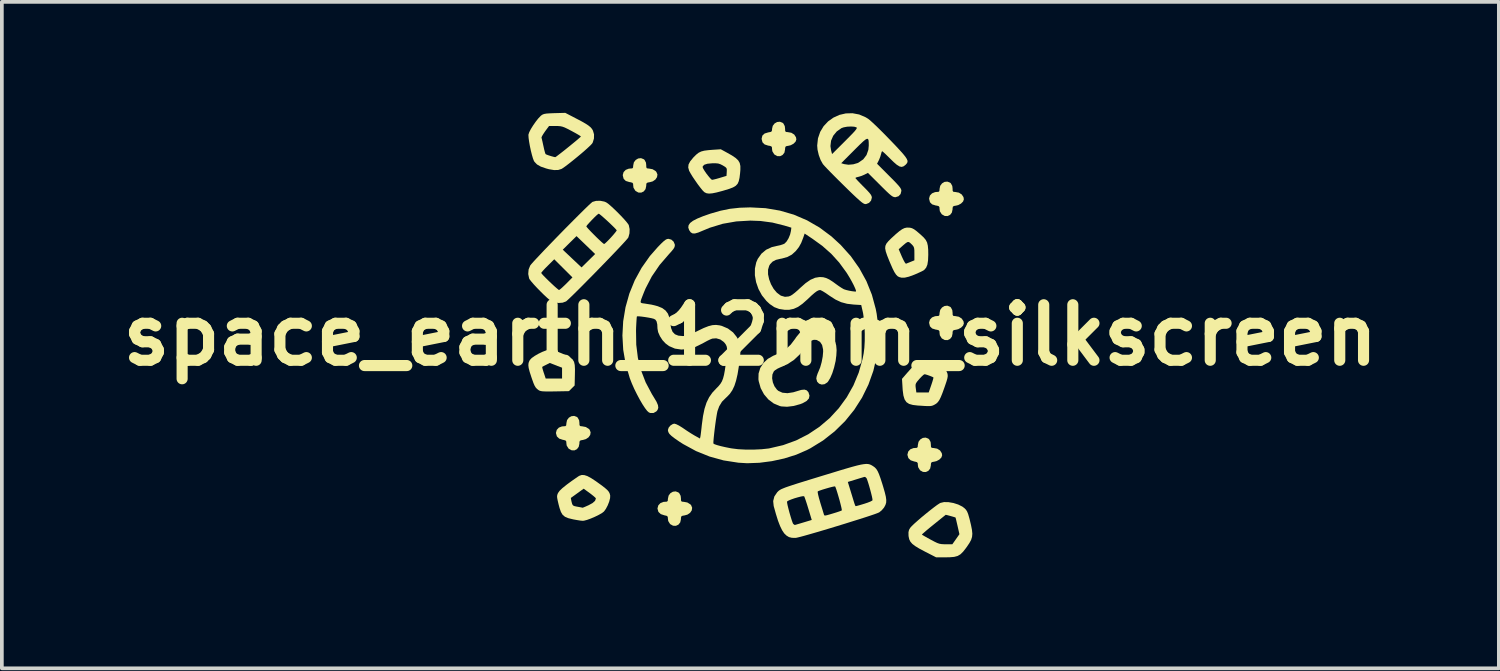
<source format=kicad_pcb>
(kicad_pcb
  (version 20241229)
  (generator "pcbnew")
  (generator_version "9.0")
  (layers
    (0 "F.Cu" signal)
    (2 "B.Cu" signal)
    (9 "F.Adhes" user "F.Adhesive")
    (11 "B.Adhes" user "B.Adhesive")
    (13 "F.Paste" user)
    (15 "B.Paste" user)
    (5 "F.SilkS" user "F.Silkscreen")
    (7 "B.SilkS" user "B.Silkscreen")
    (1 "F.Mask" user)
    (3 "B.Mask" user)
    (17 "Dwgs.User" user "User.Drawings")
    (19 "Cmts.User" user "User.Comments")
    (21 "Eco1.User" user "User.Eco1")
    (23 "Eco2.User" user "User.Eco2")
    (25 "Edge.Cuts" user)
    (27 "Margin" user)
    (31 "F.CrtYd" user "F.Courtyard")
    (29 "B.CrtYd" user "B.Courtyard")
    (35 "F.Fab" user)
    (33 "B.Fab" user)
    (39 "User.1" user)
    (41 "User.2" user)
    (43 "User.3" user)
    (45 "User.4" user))
  (footprint "space_earth_12mm_silkscreen"
    (layer "F.Cu")
    (at 17.229 6.008)
    (property "Reference" "space_earth_12mm_silkscreen" (at 0 0 0) (layer "F.SilkS") (effects (font (size 1.5 1.5) (thickness 0.3))))
    (attr board_only exclude_from_pos_files exclude_from_bom)
    (fp_poly (pts (xy -4.69 2.209) (xy -4.667 2.228) (xy -4.628 2.3) (xy -4.62 2.369) (xy -4.618 2.429) (xy -4.602 2.456) (xy -4.565 2.462) (xy -4.548 2.463) (xy -4.447 2.482) (xy -4.365 2.533) (xy -4.345 2.554) (xy -4.317 2.624) (xy -4.328 2.696) (xy -4.373 2.761) (xy -4.445 2.809) (xy -4.521 2.831) (xy -4.583 2.842) (xy -4.612 2.86) (xy -4.62 2.9) (xy -4.62 2.931) (xy -4.639 3.018) (xy -4.687 3.081) (xy -4.755 3.114) (xy -4.832 3.111) (xy -4.906 3.07) (xy -4.915 3.062) (xy -4.964 2.983) (xy -4.972 2.924) (xy -4.976 2.872) (xy -4.996 2.846) (xy -5.046 2.832) (xy -5.066 2.829) (xy -5.166 2.796) (xy -5.229 2.736) (xy -5.253 2.65) (xy -5.254 2.64) (xy -5.232 2.559) (xy -5.175 2.498) (xy -5.091 2.466) (xy -5.051 2.463) (xy -4.998 2.459) (xy -4.977 2.438) (xy -4.972 2.386) (xy -4.972 2.379) (xy -4.954 2.295) (xy -4.905 2.23) (xy -4.838 2.191) (xy -4.762 2.182)) (stroke (width 0) (type solid)) (fill yes) (layer "F.SilkS"))
    (fp_poly (pts (xy -2.884 -4.756) (xy -2.861 -4.738) (xy -2.822 -4.665) (xy -2.814 -4.597) (xy -2.812 -4.537) (xy -2.797 -4.51) (xy -2.759 -4.503) (xy -2.743 -4.503) (xy -2.641 -4.484) (xy -2.559 -4.433) (xy -2.54 -4.411) (xy -2.511 -4.342) (xy -2.523 -4.27) (xy -2.567 -4.205) (xy -2.639 -4.156) (xy -2.715 -4.135) (xy -2.777 -4.124) (xy -2.806 -4.105) (xy -2.814 -4.065) (xy -2.814 -4.035) (xy -2.833 -3.947) (xy -2.881 -3.885) (xy -2.949 -3.852) (xy -3.026 -3.854) (xy -3.1 -3.896) (xy -3.109 -3.904) (xy -3.158 -3.983) (xy -3.166 -4.042) (xy -3.169 -4.092) (xy -3.187 -4.118) (xy -3.232 -4.132) (xy -3.271 -4.138) (xy -3.367 -4.168) (xy -3.425 -4.226) (xy -3.447 -4.313) (xy -3.448 -4.331) (xy -3.426 -4.407) (xy -3.369 -4.467) (xy -3.287 -4.499) (xy -3.245 -4.503) (xy -3.192 -4.507) (xy -3.171 -4.528) (xy -3.166 -4.58) (xy -3.166 -4.586) (xy -3.148 -4.671) (xy -3.099 -4.735) (xy -3.032 -4.775) (xy -2.956 -4.784)) (stroke (width 0) (type solid)) (fill yes) (layer "F.SilkS"))
    (fp_poly (pts (xy -1.946 4.25) (xy -1.923 4.269) (xy -1.884 4.341) (xy -1.876 4.409) (xy -1.874 4.469) (xy -1.858 4.496) (xy -1.821 4.503) (xy -1.804 4.503) (xy -1.703 4.522) (xy -1.621 4.573) (xy -1.601 4.595) (xy -1.573 4.664) (xy -1.584 4.736) (xy -1.629 4.801) (xy -1.701 4.85) (xy -1.777 4.871) (xy -1.839 4.882) (xy -1.868 4.901) (xy -1.876 4.941) (xy -1.876 4.974) (xy -1.895 5.059) (xy -1.944 5.121) (xy -2.013 5.153) (xy -2.089 5.15) (xy -2.163 5.109) (xy -2.171 5.102) (xy -2.22 5.023) (xy -2.228 4.964) (xy -2.232 4.913) (xy -2.252 4.886) (xy -2.302 4.873) (xy -2.322 4.869) (xy -2.422 4.836) (xy -2.485 4.776) (xy -2.509 4.691) (xy -2.51 4.681) (xy -2.488 4.6) (xy -2.431 4.539) (xy -2.347 4.506) (xy -2.307 4.503) (xy -2.254 4.499) (xy -2.233 4.478) (xy -2.228 4.426) (xy -2.228 4.42) (xy -2.209 4.335) (xy -2.161 4.271) (xy -2.093 4.231) (xy -2.018 4.222)) (stroke (width 0) (type solid)) (fill yes) (layer "F.SilkS"))
    (fp_poly (pts (xy 0.87 -5.74) (xy 0.891 -5.723) (xy 0.93 -5.65) (xy 0.938 -5.582) (xy 0.941 -5.522) (xy 0.956 -5.495) (xy 0.993 -5.488) (xy 1.007 -5.488) (xy 1.108 -5.47) (xy 1.186 -5.421) (xy 1.233 -5.348) (xy 1.243 -5.289) (xy 1.222 -5.23) (xy 1.168 -5.175) (xy 1.093 -5.134) (xy 1.038 -5.12) (xy 0.975 -5.109) (xy 0.947 -5.09) (xy 0.939 -5.05) (xy 0.938 -5.02) (xy 0.92 -4.932) (xy 0.871 -4.87) (xy 0.803 -4.837) (xy 0.727 -4.839) (xy 0.652 -4.881) (xy 0.644 -4.889) (xy 0.595 -4.968) (xy 0.586 -5.027) (xy 0.583 -5.077) (xy 0.566 -5.103) (xy 0.521 -5.117) (xy 0.481 -5.123) (xy 0.386 -5.154) (xy 0.328 -5.211) (xy 0.305 -5.298) (xy 0.305 -5.314) (xy 0.325 -5.394) (xy 0.385 -5.45) (xy 0.483 -5.48) (xy 0.491 -5.481) (xy 0.552 -5.493) (xy 0.579 -5.513) (xy 0.586 -5.554) (xy 0.586 -5.574) (xy 0.605 -5.657) (xy 0.654 -5.721) (xy 0.722 -5.76) (xy 0.798 -5.768)) (stroke (width 0) (type solid)) (fill yes) (layer "F.SilkS"))
    (fp_poly (pts (xy 4.809 2.796) (xy 4.831 2.814) (xy 4.871 2.887) (xy 4.878 2.955) (xy 4.881 3.015) (xy 4.896 3.042) (xy 4.933 3.049) (xy 4.948 3.049) (xy 5.048 3.067) (xy 5.126 3.116) (xy 5.173 3.189) (xy 5.183 3.248) (xy 5.162 3.307) (xy 5.108 3.362) (xy 5.033 3.403) (xy 4.978 3.417) (xy 4.916 3.428) (xy 4.887 3.447) (xy 4.879 3.487) (xy 4.878 3.519) (xy 4.859 3.605) (xy 4.81 3.667) (xy 4.742 3.699) (xy 4.665 3.696) (xy 4.591 3.655) (xy 4.584 3.648) (xy 4.535 3.569) (xy 4.527 3.51) (xy 4.523 3.458) (xy 4.502 3.432) (xy 4.452 3.418) (xy 4.432 3.415) (xy 4.333 3.382) (xy 4.27 3.322) (xy 4.245 3.237) (xy 4.245 3.227) (xy 4.266 3.146) (xy 4.323 3.085) (xy 4.407 3.052) (xy 4.448 3.049) (xy 4.5 3.045) (xy 4.522 3.024) (xy 4.526 2.972) (xy 4.527 2.966) (xy 4.545 2.881) (xy 4.594 2.817) (xy 4.661 2.777) (xy 4.737 2.768)) (stroke (width 0) (type solid)) (fill yes) (layer "F.SilkS"))
    (fp_poly (pts (xy 5.395 -4.123) (xy 5.418 -4.104) (xy 5.457 -4.032) (xy 5.465 -3.964) (xy 5.467 -3.903) (xy 5.482 -3.877) (xy 5.52 -3.87) (xy 5.534 -3.87) (xy 5.634 -3.852) (xy 5.712 -3.803) (xy 5.76 -3.73) (xy 5.77 -3.671) (xy 5.749 -3.612) (xy 5.694 -3.557) (xy 5.619 -3.516) (xy 5.564 -3.502) (xy 5.502 -3.491) (xy 5.473 -3.472) (xy 5.465 -3.432) (xy 5.465 -3.402) (xy 5.446 -3.314) (xy 5.398 -3.251) (xy 5.33 -3.219) (xy 5.253 -3.221) (xy 5.179 -3.263) (xy 5.17 -3.271) (xy 5.121 -3.349) (xy 5.113 -3.409) (xy 5.11 -3.459) (xy 5.092 -3.485) (xy 5.047 -3.499) (xy 5.008 -3.505) (xy 4.912 -3.535) (xy 4.854 -3.593) (xy 4.832 -3.68) (xy 4.831 -3.697) (xy 4.853 -3.774) (xy 4.91 -3.833) (xy 4.992 -3.866) (xy 5.034 -3.87) (xy 5.087 -3.874) (xy 5.108 -3.894) (xy 5.113 -3.946) (xy 5.113 -3.953) (xy 5.131 -4.037) (xy 5.18 -4.102) (xy 5.247 -4.142) (xy 5.323 -4.15)) (stroke (width 0) (type solid)) (fill yes) (layer "F.SilkS"))
    (fp_poly (pts (xy 5.395 -0.769) (xy 5.418 -0.751) (xy 5.457 -0.678) (xy 5.465 -0.61) (xy 5.467 -0.55) (xy 5.482 -0.523) (xy 5.52 -0.516) (xy 5.534 -0.516) (xy 5.634 -0.498) (xy 5.712 -0.449) (xy 5.76 -0.376) (xy 5.77 -0.317) (xy 5.749 -0.258) (xy 5.694 -0.203) (xy 5.619 -0.162) (xy 5.564 -0.148) (xy 5.502 -0.137) (xy 5.473 -0.118) (xy 5.465 -0.078) (xy 5.465 -0.046) (xy 5.446 0.04) (xy 5.397 0.102) (xy 5.328 0.134) (xy 5.251 0.131) (xy 5.178 0.09) (xy 5.17 0.083) (xy 5.121 0.004) (xy 5.113 -0.055) (xy 5.11 -0.105) (xy 5.092 -0.131) (xy 5.047 -0.145) (xy 5.008 -0.151) (xy 4.912 -0.181) (xy 4.854 -0.239) (xy 4.832 -0.326) (xy 4.831 -0.344) (xy 4.853 -0.42) (xy 4.91 -0.48) (xy 4.992 -0.512) (xy 5.034 -0.516) (xy 5.087 -0.52) (xy 5.108 -0.541) (xy 5.113 -0.593) (xy 5.113 -0.599) (xy 5.131 -0.684) (xy 5.18 -0.748) (xy 5.247 -0.788) (xy 5.323 -0.797)) (stroke (width 0) (type solid)) (fill yes) (layer "F.SilkS"))
    (fp_poly (pts (xy -5.363 0.4) (xy -5.278 0.424) (xy -5.175 0.461) (xy -5.09 0.495) (xy -4.96 0.552) (xy -4.867 0.603) (xy -4.804 0.656) (xy -4.765 0.721) (xy -4.746 0.806) (xy -4.74 0.921) (xy -4.742 1.061) (xy -4.749 1.36) (xy -4.826 1.436) (xy -4.903 1.513) (xy -5.283 1.52) (xy -5.429 1.522) (xy -5.535 1.521) (xy -5.61 1.518) (xy -5.661 1.511) (xy -5.697 1.5) (xy -5.723 1.486) (xy -5.766 1.452) (xy -5.8 1.416) (xy -5.83 1.367) (xy -5.861 1.297) (xy -5.897 1.196) (xy -5.921 1.126) (xy -5.965 0.99) (xy -5.991 0.888) (xy -5.995 0.857) (xy -5.625 0.857) (xy -5.623 0.882) (xy -5.608 0.938) (xy -5.584 1.015) (xy -5.582 1.019) (xy -5.531 1.173) (xy -5.31 1.173) (xy -5.089 1.173) (xy -5.089 1.026) (xy -5.089 0.879) (xy -5.255 0.815) (xy -5.42 0.751) (xy -5.519 0.801) (xy -5.579 0.831) (xy -5.618 0.853) (xy -5.625 0.857) (xy -5.995 0.857) (xy -6 0.811) (xy -5.994 0.75) (xy -5.972 0.694) (xy -5.957 0.669) (xy -5.91 0.619) (xy -5.829 0.561) (xy -5.73 0.504) (xy -5.623 0.452) (xy -5.522 0.413) (xy -5.439 0.392) (xy -5.418 0.391)) (stroke (width 0) (type solid)) (fill yes) (layer "F.SilkS"))
    (fp_poly (pts (xy 4.316 -2.904) (xy 4.369 -2.89) (xy 4.425 -2.861) (xy 4.493 -2.811) (xy 4.582 -2.735) (xy 4.606 -2.714) (xy 4.685 -2.64) (xy 4.74 -2.574) (xy 4.776 -2.504) (xy 4.796 -2.419) (xy 4.806 -2.309) (xy 4.808 -2.173) (xy 4.802 -2.02) (xy 4.784 -1.905) (xy 4.75 -1.823) (xy 4.7 -1.765) (xy 4.681 -1.751) (xy 4.637 -1.727) (xy 4.562 -1.692) (xy 4.47 -1.651) (xy 4.425 -1.632) (xy 4.285 -1.581) (xy 4.175 -1.555) (xy 4.086 -1.553) (xy 4.02 -1.571) (xy 3.977 -1.595) (xy 3.937 -1.637) (xy 3.894 -1.702) (xy 3.846 -1.796) (xy 3.789 -1.926) (xy 3.754 -2.008) (xy 3.697 -2.151) (xy 3.66 -2.26) (xy 3.648 -2.322) (xy 4.009 -2.322) (xy 4.095 -2.121) (xy 4.136 -2.034) (xy 4.172 -1.968) (xy 4.199 -1.934) (xy 4.207 -1.931) (xy 4.244 -1.946) (xy 4.305 -1.97) (xy 4.333 -1.982) (xy 4.433 -2.022) (xy 4.433 -2.203) (xy 4.432 -2.295) (xy 4.425 -2.355) (xy 4.409 -2.396) (xy 4.38 -2.434) (xy 4.353 -2.461) (xy 4.311 -2.5) (xy 4.278 -2.518) (xy 4.243 -2.515) (xy 4.198 -2.486) (xy 4.131 -2.43) (xy 4.095 -2.398) (xy 4.009 -2.322) (xy 3.648 -2.322) (xy 3.643 -2.345) (xy 3.649 -2.413) (xy 3.677 -2.475) (xy 3.73 -2.54) (xy 3.806 -2.616) (xy 3.816 -2.625) (xy 3.933 -2.732) (xy 4.026 -2.81) (xy 4.1 -2.862) (xy 4.163 -2.893) (xy 4.221 -2.906) (xy 4.254 -2.907)) (stroke (width 0) (type solid)) (fill yes) (layer "F.SilkS"))
    (fp_poly (pts (xy 4.721 0.689) (xy 4.816 0.714) (xy 4.925 0.749) (xy 5.035 0.79) (xy 5.135 0.832) (xy 5.212 0.871) (xy 5.245 0.895) (xy 5.29 0.954) (xy 5.323 1.027) (xy 5.325 1.034) (xy 5.333 1.075) (xy 5.333 1.118) (xy 5.323 1.173) (xy 5.301 1.25) (xy 5.265 1.356) (xy 5.242 1.423) (xy 5.189 1.569) (xy 5.145 1.677) (xy 5.106 1.755) (xy 5.067 1.81) (xy 5.024 1.85) (xy 4.973 1.881) (xy 4.97 1.882) (xy 4.936 1.899) (xy 4.901 1.91) (xy 4.859 1.916) (xy 4.8 1.917) (xy 4.715 1.914) (xy 4.597 1.906) (xy 4.525 1.902) (xy 4.391 1.886) (xy 4.29 1.858) (xy 4.218 1.81) (xy 4.168 1.736) (xy 4.136 1.63) (xy 4.117 1.486) (xy 4.112 1.41) (xy 4.108 1.341) (xy 4.464 1.341) (xy 4.465 1.392) (xy 4.47 1.43) (xy 4.486 1.548) (xy 4.653 1.548) (xy 4.82 1.548) (xy 4.889 1.349) (xy 4.918 1.261) (xy 4.939 1.19) (xy 4.948 1.149) (xy 4.947 1.142) (xy 4.914 1.125) (xy 4.855 1.101) (xy 4.788 1.077) (xy 4.732 1.06) (xy 4.708 1.056) (xy 4.679 1.072) (xy 4.631 1.116) (xy 4.572 1.178) (xy 4.567 1.184) (xy 4.509 1.252) (xy 4.477 1.299) (xy 4.464 1.341) (xy 4.108 1.341) (xy 4.098 1.181) (xy 4.238 1.019) (xy 4.353 0.89) (xy 4.446 0.795) (xy 4.523 0.731) (xy 4.587 0.694) (xy 4.644 0.681) (xy 4.655 0.68)) (stroke (width 0) (type solid)) (fill yes) (layer "F.SilkS"))
    (fp_poly (pts (xy -0.64 -4.937) (xy -0.5 -4.858) (xy -0.398 -4.789) (xy -0.329 -4.724) (xy -0.288 -4.654) (xy -0.27 -4.571) (xy -0.27 -4.469) (xy -0.278 -4.373) (xy -0.293 -4.252) (xy -0.314 -4.16) (xy -0.345 -4.09) (xy -0.395 -4.037) (xy -0.469 -3.993) (xy -0.573 -3.953) (xy -0.715 -3.91) (xy -0.763 -3.896) (xy -0.915 -3.856) (xy -1.03 -3.833) (xy -1.117 -3.826) (xy -1.183 -3.835) (xy -1.236 -3.86) (xy -1.25 -3.871) (xy -1.292 -3.913) (xy -1.351 -3.986) (xy -1.421 -4.078) (xy -1.492 -4.18) (xy -1.56 -4.28) (xy -1.615 -4.37) (xy -1.652 -4.438) (xy -1.656 -4.447) (xy -1.679 -4.531) (xy -1.678 -4.541) (xy -1.29 -4.541) (xy -1.276 -4.504) (xy -1.241 -4.445) (xy -1.193 -4.374) (xy -1.139 -4.304) (xy -1.089 -4.244) (xy -1.05 -4.206) (xy -1.034 -4.198) (xy -0.995 -4.205) (xy -0.925 -4.222) (xy -0.837 -4.247) (xy -0.821 -4.252) (xy -0.645 -4.305) (xy -0.638 -4.413) (xy -0.636 -4.476) (xy -0.646 -4.515) (xy -0.678 -4.546) (xy -0.742 -4.585) (xy -0.743 -4.586) (xy -0.81 -4.62) (xy -0.869 -4.639) (xy -0.941 -4.646) (xy -1.032 -4.645) (xy -1.161 -4.633) (xy -1.245 -4.606) (xy -1.286 -4.564) (xy -1.29 -4.541) (xy -1.678 -4.541) (xy -1.671 -4.611) (xy -1.628 -4.695) (xy -1.549 -4.792) (xy -1.531 -4.812) (xy -1.46 -4.882) (xy -1.397 -4.931) (xy -1.329 -4.964) (xy -1.246 -4.986) (xy -1.136 -5) (xy -1.027 -5.009) (xy -0.799 -5.024)) (stroke (width 0) (type solid)) (fill yes) (layer "F.SilkS"))
    (fp_poly (pts (xy 5.355 4.513) (xy 5.488 4.536) (xy 5.617 4.577) (xy 5.729 4.633) (xy 5.786 4.676) (xy 5.828 4.719) (xy 5.859 4.769) (xy 5.886 4.836) (xy 5.914 4.933) (xy 5.925 4.973) (xy 5.964 5.136) (xy 5.989 5.264) (xy 5.999 5.366) (xy 5.991 5.452) (xy 5.966 5.533) (xy 5.921 5.616) (xy 5.856 5.713) (xy 5.825 5.756) (xy 5.748 5.854) (xy 5.677 5.923) (xy 5.602 5.967) (xy 5.51 5.992) (xy 5.391 6.002) (xy 5.283 6.004) (xy 5.02 6.004) (xy 4.712 5.846) (xy 4.564 5.767) (xy 4.454 5.7) (xy 4.376 5.64) (xy 4.324 5.58) (xy 4.293 5.516) (xy 4.277 5.441) (xy 4.274 5.41) (xy 4.274 5.389) (xy 4.636 5.389) (xy 4.657 5.404) (xy 4.711 5.436) (xy 4.79 5.481) (xy 4.871 5.525) (xy 4.974 5.58) (xy 5.049 5.616) (xy 5.11 5.637) (xy 5.17 5.647) (xy 5.242 5.651) (xy 5.279 5.651) (xy 5.458 5.652) (xy 5.554 5.516) (xy 5.65 5.379) (xy 5.6 5.158) (xy 5.578 5.063) (xy 5.56 4.986) (xy 5.548 4.939) (xy 5.545 4.929) (xy 5.521 4.92) (xy 5.465 4.903) (xy 5.41 4.888) (xy 5.28 4.854) (xy 4.956 5.116) (xy 4.852 5.2) (xy 4.762 5.275) (xy 4.693 5.335) (xy 4.649 5.374) (xy 4.636 5.389) (xy 4.274 5.389) (xy 4.273 5.325) (xy 4.288 5.262) (xy 4.319 5.208) (xy 4.358 5.164) (xy 4.426 5.098) (xy 4.518 5.016) (xy 4.623 4.925) (xy 4.737 4.831) (xy 4.85 4.74) (xy 4.955 4.658) (xy 5.045 4.591) (xy 5.112 4.547) (xy 5.136 4.534) (xy 5.233 4.511)) (stroke (width 0) (type solid)) (fill yes) (layer "F.SilkS"))
    (fp_poly (pts (xy -4.491 3.781) (xy -4.408 3.807) (xy -4.305 3.862) (xy -4.177 3.946) (xy -4.135 3.976) (xy -4.013 4.064) (xy -3.925 4.133) (xy -3.864 4.187) (xy -3.825 4.234) (xy -3.802 4.28) (xy -3.789 4.33) (xy -3.788 4.331) (xy -3.791 4.403) (xy -3.815 4.498) (xy -3.855 4.6) (xy -3.905 4.695) (xy -3.957 4.766) (xy -4.012 4.809) (xy -4.099 4.858) (xy -4.203 4.909) (xy -4.313 4.956) (xy -4.415 4.993) (xy -4.497 5.014) (xy -4.529 5.017) (xy -4.59 5.012) (xy -4.679 4.998) (xy -4.78 4.98) (xy -4.806 4.974) (xy -4.924 4.945) (xy -5.01 4.908) (xy -5.073 4.856) (xy -5.119 4.78) (xy -5.157 4.671) (xy -5.184 4.569) (xy -5.208 4.466) (xy -5.221 4.398) (xy -4.85 4.398) (xy -4.849 4.422) (xy -4.838 4.476) (xy -4.831 4.508) (xy -4.814 4.568) (xy -4.793 4.601) (xy -4.754 4.62) (xy -4.684 4.635) (xy -4.671 4.637) (xy -4.599 4.65) (xy -4.549 4.66) (xy -4.535 4.664) (xy -4.513 4.657) (xy -4.46 4.635) (xy -4.386 4.602) (xy -4.378 4.599) (xy -4.266 4.538) (xy -4.198 4.478) (xy -4.175 4.416) (xy -4.175 4.413) (xy -4.192 4.389) (xy -4.24 4.347) (xy -4.308 4.293) (xy -4.34 4.269) (xy -4.505 4.149) (xy -4.674 4.271) (xy -4.75 4.326) (xy -4.81 4.369) (xy -4.845 4.394) (xy -4.85 4.398) (xy -5.221 4.398) (xy -5.221 4.397) (xy -5.224 4.349) (xy -5.216 4.31) (xy -5.2 4.27) (xy -5.198 4.266) (xy -5.156 4.207) (xy -5.078 4.132) (xy -4.962 4.039) (xy -4.919 4.007) (xy -4.822 3.936) (xy -4.734 3.875) (xy -4.665 3.827) (xy -4.624 3.801) (xy -4.623 3.801) (xy -4.56 3.779)) (stroke (width 0) (type solid)) (fill yes) (layer "F.SilkS"))
    (fp_poly (pts (xy 1.881 -0.214) (xy 2.012 -0.161) (xy 2.129 -0.076) (xy 2.225 0.04) (xy 2.295 0.185) (xy 2.32 0.279) (xy 2.331 0.405) (xy 2.323 0.553) (xy 2.3 0.714) (xy 2.263 0.875) (xy 2.215 1.027) (xy 2.159 1.157) (xy 2.098 1.256) (xy 2.077 1.279) (xy 2.005 1.325) (xy 1.927 1.335) (xy 1.857 1.311) (xy 1.805 1.258) (xy 1.783 1.179) (xy 1.782 1.172) (xy 1.793 1.109) (xy 1.82 1.03) (xy 1.838 0.99) (xy 1.887 0.871) (xy 1.927 0.728) (xy 1.955 0.58) (xy 1.967 0.445) (xy 1.965 0.385) (xy 1.939 0.266) (xy 1.883 0.181) (xy 1.8 0.134) (xy 1.784 0.129) (xy 1.716 0.125) (xy 1.654 0.146) (xy 1.59 0.197) (xy 1.516 0.284) (xy 1.471 0.347) (xy 1.329 0.527) (xy 1.179 0.668) (xy 1.011 0.779) (xy 0.815 0.868) (xy 0.813 0.868) (xy 0.732 0.906) (xy 0.664 0.95) (xy 0.634 0.978) (xy 0.596 1.062) (xy 0.588 1.165) (xy 0.608 1.277) (xy 0.652 1.383) (xy 0.718 1.472) (xy 0.756 1.505) (xy 0.866 1.555) (xy 1.002 1.568) (xy 1.159 1.544) (xy 1.253 1.516) (xy 1.373 1.48) (xy 1.46 1.471) (xy 1.523 1.491) (xy 1.566 1.538) (xy 1.57 1.545) (xy 1.598 1.633) (xy 1.582 1.711) (xy 1.52 1.779) (xy 1.413 1.839) (xy 1.349 1.864) (xy 1.165 1.914) (xy 0.993 1.935) (xy 0.843 1.926) (xy 0.796 1.916) (xy 0.631 1.846) (xy 0.487 1.738) (xy 0.368 1.598) (xy 0.279 1.432) (xy 0.226 1.246) (xy 0.218 1.194) (xy 0.222 1.036) (xy 0.268 0.886) (xy 0.353 0.752) (xy 0.472 0.64) (xy 0.621 0.555) (xy 0.657 0.541) (xy 0.825 0.467) (xy 0.966 0.375) (xy 1.091 0.255) (xy 1.209 0.1) (xy 1.239 0.054) (xy 1.345 -0.075) (xy 1.468 -0.165) (xy 1.603 -0.217) (xy 1.743 -0.233)) (stroke (width 0) (type solid)) (fill yes) (layer "F.SilkS"))
    (fp_poly (pts (xy -4.7 -5.851) (xy -4.557 -5.776) (xy -4.451 -5.715) (xy -4.374 -5.664) (xy -4.319 -5.619) (xy -4.28 -5.573) (xy -4.255 -5.53) (xy -4.225 -5.428) (xy -4.227 -5.314) (xy -4.259 -5.209) (xy -4.275 -5.181) (xy -4.311 -5.141) (xy -4.377 -5.078) (xy -4.465 -4.998) (xy -4.569 -4.908) (xy -4.682 -4.814) (xy -4.795 -4.722) (xy -4.902 -4.637) (xy -4.995 -4.566) (xy -5.067 -4.515) (xy -5.105 -4.492) (xy -5.195 -4.464) (xy -5.306 -4.462) (xy -5.444 -4.485) (xy -5.521 -4.506) (xy -5.663 -4.555) (xy -5.765 -4.613) (xy -5.833 -4.683) (xy -5.851 -4.713) (xy -5.876 -4.778) (xy -5.904 -4.874) (xy -5.933 -4.99) (xy -5.959 -5.113) (xy -5.98 -5.232) (xy -5.994 -5.334) (xy -5.994 -5.341) (xy -5.645 -5.341) (xy -5.645 -5.338) (xy -5.636 -5.304) (xy -5.62 -5.237) (xy -5.601 -5.149) (xy -5.593 -5.113) (xy -5.573 -5.021) (xy -5.553 -4.946) (xy -5.538 -4.901) (xy -5.535 -4.894) (xy -5.506 -4.879) (xy -5.448 -4.858) (xy -5.378 -4.836) (xy -5.312 -4.818) (xy -5.273 -4.81) (xy -5.251 -4.823) (xy -5.199 -4.862) (xy -5.122 -4.921) (xy -5.026 -4.996) (xy -4.922 -5.08) (xy -4.815 -5.167) (xy -4.721 -5.244) (xy -4.647 -5.307) (xy -4.598 -5.35) (xy -4.58 -5.368) (xy -4.597 -5.384) (xy -4.648 -5.416) (xy -4.726 -5.461) (xy -4.822 -5.513) (xy -4.829 -5.517) (xy -4.938 -5.574) (xy -5.017 -5.612) (xy -5.08 -5.635) (xy -5.136 -5.647) (xy -5.2 -5.652) (xy -5.263 -5.652) (xy -5.441 -5.652) (xy -5.548 -5.508) (xy -5.597 -5.435) (xy -5.632 -5.376) (xy -5.645 -5.341) (xy -5.994 -5.341) (xy -5.998 -5.407) (xy -5.997 -5.422) (xy -5.976 -5.485) (xy -5.932 -5.571) (xy -5.871 -5.669) (xy -5.801 -5.769) (xy -5.731 -5.858) (xy -5.667 -5.925) (xy -5.645 -5.943) (xy -5.61 -5.965) (xy -5.568 -5.979) (xy -5.509 -5.989) (xy -5.422 -5.995) (xy -5.299 -6) (xy -5.29 -6) (xy -5.002 -6.008)) (stroke (width 0) (type solid)) (fill yes) (layer "F.SilkS"))
    (fp_poly (pts (xy -3.947 -3.61) (xy -3.898 -3.59) (xy -3.846 -3.555) (xy -3.773 -3.493) (xy -3.686 -3.413) (xy -3.592 -3.322) (xy -3.499 -3.227) (xy -3.414 -3.137) (xy -3.345 -3.057) (xy -3.299 -2.997) (xy -3.285 -2.971) (xy -3.263 -2.866) (xy -3.267 -2.751) (xy -3.295 -2.649) (xy -3.302 -2.634) (xy -3.327 -2.602) (xy -3.381 -2.54) (xy -3.46 -2.454) (xy -3.561 -2.346) (xy -3.679 -2.222) (xy -3.81 -2.085) (xy -3.95 -1.94) (xy -4.096 -1.79) (xy -4.243 -1.639) (xy -4.388 -1.493) (xy -4.525 -1.354) (xy -4.653 -1.226) (xy -4.765 -1.115) (xy -4.859 -1.024) (xy -4.93 -0.957) (xy -4.975 -0.917) (xy -4.984 -0.911) (xy -5.074 -0.878) (xy -5.185 -0.87) (xy -5.297 -0.886) (xy -5.371 -0.914) (xy -5.421 -0.949) (xy -5.493 -1.01) (xy -5.579 -1.09) (xy -5.671 -1.181) (xy -5.764 -1.276) (xy -5.848 -1.366) (xy -5.917 -1.446) (xy -5.964 -1.506) (xy -5.979 -1.533) (xy -6.003 -1.651) (xy -6.001 -1.682) (xy -5.652 -1.682) (xy -5.636 -1.658) (xy -5.593 -1.61) (xy -5.53 -1.546) (xy -5.455 -1.472) (xy -5.376 -1.397) (xy -5.3 -1.326) (xy -5.235 -1.269) (xy -5.189 -1.231) (xy -5.171 -1.22) (xy -5.145 -1.236) (xy -5.095 -1.278) (xy -5.029 -1.34) (xy -4.977 -1.39) (xy -4.808 -1.561) (xy -5.054 -1.806) (xy -5.3 -2.051) (xy -5.476 -1.876) (xy -5.549 -1.803) (xy -5.607 -1.74) (xy -5.643 -1.697) (xy -5.652 -1.682) (xy -6.001 -1.682) (xy -5.993 -1.775) (xy -5.951 -1.88) (xy -5.923 -1.916) (xy -5.866 -1.981) (xy -5.784 -2.07) (xy -5.681 -2.179) (xy -5.562 -2.305) (xy -5.557 -2.31) (xy -5.07 -2.31) (xy -4.816 -2.07) (xy -4.562 -1.831) (xy -4.378 -2.012) (xy -4.195 -2.193) (xy -4.446 -2.435) (xy -4.698 -2.677) (xy -4.884 -2.494) (xy -5.07 -2.31) (xy -5.557 -2.31) (xy -5.43 -2.442) (xy -5.289 -2.588) (xy -5.143 -2.738) (xy -4.996 -2.888) (xy -4.944 -2.94) (xy -4.433 -2.94) (xy -4.417 -2.916) (xy -4.374 -2.867) (xy -4.312 -2.801) (xy -4.238 -2.726) (xy -4.16 -2.648) (xy -4.084 -2.575) (xy -4.019 -2.515) (xy -3.973 -2.476) (xy -3.952 -2.463) (xy -3.927 -2.48) (xy -3.879 -2.524) (xy -3.816 -2.588) (xy -3.77 -2.637) (xy -3.703 -2.712) (xy -3.65 -2.776) (xy -3.618 -2.819) (xy -3.612 -2.832) (xy -3.628 -2.855) (xy -3.672 -2.902) (xy -3.736 -2.965) (xy -3.812 -3.038) (xy -3.892 -3.112) (xy -3.969 -3.181) (xy -4.034 -3.237) (xy -4.08 -3.273) (xy -4.099 -3.283) (xy -4.123 -3.267) (xy -4.171 -3.226) (xy -4.231 -3.167) (xy -4.296 -3.1) (xy -4.357 -3.035) (xy -4.405 -2.981) (xy -4.431 -2.946) (xy -4.433 -2.94) (xy -4.944 -2.94) (xy -4.852 -3.033) (xy -4.715 -3.171) (xy -4.589 -3.296) (xy -4.478 -3.406) (xy -4.386 -3.495) (xy -4.317 -3.559) (xy -4.274 -3.596) (xy -4.266 -3.602) (xy -4.171 -3.629) (xy -4.058 -3.632)) (stroke (width 0) (type solid)) (fill yes) (layer "F.SilkS"))
    (fp_poly (pts (xy 2.941 -5.964) (xy 3.117 -5.888) (xy 3.184 -5.847) (xy 3.233 -5.808) (xy 3.308 -5.74) (xy 3.405 -5.649) (xy 3.517 -5.539) (xy 3.639 -5.417) (xy 3.765 -5.287) (xy 3.777 -5.275) (xy 3.923 -5.123) (xy 4.038 -4.999) (xy 4.126 -4.901) (xy 4.188 -4.824) (xy 4.227 -4.764) (xy 4.246 -4.718) (xy 4.247 -4.68) (xy 4.232 -4.647) (xy 4.205 -4.615) (xy 4.191 -4.601) (xy 4.139 -4.562) (xy 4.087 -4.547) (xy 4.03 -4.56) (xy 3.961 -4.602) (xy 3.874 -4.677) (xy 3.788 -4.761) (xy 3.707 -4.841) (xy 3.639 -4.907) (xy 3.588 -4.952) (xy 3.563 -4.972) (xy 3.562 -4.972) (xy 3.548 -4.952) (xy 3.534 -4.902) (xy 3.532 -4.895) (xy 3.511 -4.822) (xy 3.479 -4.742) (xy 3.471 -4.725) (xy 3.424 -4.633) (xy 3.752 -4.304) (xy 3.867 -4.189) (xy 3.951 -4.101) (xy 4.011 -4.035) (xy 4.049 -3.986) (xy 4.071 -3.948) (xy 4.08 -3.917) (xy 4.081 -3.899) (xy 4.06 -3.814) (xy 4.005 -3.755) (xy 3.923 -3.729) (xy 3.911 -3.729) (xy 3.881 -3.733) (xy 3.848 -3.746) (xy 3.806 -3.774) (xy 3.751 -3.82) (xy 3.677 -3.889) (xy 3.579 -3.985) (xy 3.506 -4.058) (xy 3.177 -4.386) (xy 3.085 -4.339) (xy 3.007 -4.305) (xy 2.93 -4.281) (xy 2.915 -4.278) (xy 2.863 -4.264) (xy 2.838 -4.249) (xy 2.838 -4.248) (xy 2.854 -4.227) (xy 2.897 -4.179) (xy 2.961 -4.112) (xy 3.04 -4.031) (xy 3.061 -4.011) (xy 3.154 -3.916) (xy 3.218 -3.846) (xy 3.257 -3.795) (xy 3.277 -3.754) (xy 3.283 -3.719) (xy 3.283 -3.716) (xy 3.262 -3.637) (xy 3.207 -3.575) (xy 3.131 -3.544) (xy 3.106 -3.543) (xy 3.081 -3.548) (xy 3.049 -3.564) (xy 3.005 -3.595) (xy 2.946 -3.645) (xy 2.868 -3.715) (xy 2.767 -3.81) (xy 2.64 -3.933) (xy 2.53 -4.041) (xy 2.399 -4.17) (xy 2.277 -4.292) (xy 2.167 -4.403) (xy 2.075 -4.498) (xy 2.006 -4.571) (xy 1.965 -4.618) (xy 1.959 -4.625) (xy 1.947 -4.647) (xy 2.455 -4.647) (xy 2.535 -4.623) (xy 2.65 -4.606) (xy 2.78 -4.617) (xy 2.9 -4.652) (xy 2.924 -4.664) (xy 3.051 -4.752) (xy 3.139 -4.868) (xy 3.189 -5.009) (xy 3.2 -5.125) (xy 3.199 -5.208) (xy 3.194 -5.267) (xy 3.18 -5.301) (xy 3.154 -5.308) (xy 3.112 -5.287) (xy 3.05 -5.237) (xy 2.964 -5.156) (xy 2.85 -5.043) (xy 2.804 -4.997) (xy 2.455 -4.647) (xy 1.947 -4.647) (xy 1.898 -4.734) (xy 1.848 -4.87) (xy 1.815 -5.013) (xy 1.807 -5.111) (xy 2.164 -5.111) (xy 2.181 -4.997) (xy 2.208 -4.894) (xy 2.558 -5.243) (xy 2.675 -5.361) (xy 2.762 -5.45) (xy 2.822 -5.515) (xy 2.858 -5.561) (xy 2.875 -5.59) (xy 2.875 -5.608) (xy 2.867 -5.616) (xy 2.805 -5.634) (xy 2.716 -5.639) (xy 2.616 -5.634) (xy 2.523 -5.617) (xy 2.463 -5.596) (xy 2.334 -5.505) (xy 2.239 -5.389) (xy 2.181 -5.256) (xy 2.164 -5.111) (xy 1.807 -5.111) (xy 1.806 -5.125) (xy 1.827 -5.319) (xy 1.887 -5.494) (xy 1.98 -5.648) (xy 2.102 -5.778) (xy 2.246 -5.88) (xy 2.407 -5.953) (xy 2.58 -5.993) (xy 2.76 -5.998)) (stroke (width 0) (type solid)) (fill yes) (layer "F.SilkS"))
    (fp_poly (pts (xy 3.179 3.482) (xy 3.22 3.491) (xy 3.258 3.506) (xy 3.295 3.527) (xy 3.319 3.542) (xy 3.364 3.575) (xy 3.404 3.617) (xy 3.44 3.675) (xy 3.476 3.755) (xy 3.516 3.865) (xy 3.563 4.01) (xy 3.589 4.095) (xy 3.633 4.247) (xy 3.661 4.364) (xy 3.673 4.454) (xy 3.67 4.526) (xy 3.651 4.588) (xy 3.618 4.65) (xy 3.605 4.669) (xy 3.549 4.734) (xy 3.483 4.788) (xy 3.477 4.791) (xy 3.435 4.809) (xy 3.354 4.839) (xy 3.239 4.878) (xy 3.096 4.925) (xy 2.93 4.978) (xy 2.747 5.035) (xy 2.553 5.096) (xy 2.354 5.157) (xy 2.154 5.218) (xy 1.96 5.276) (xy 1.777 5.33) (xy 1.611 5.378) (xy 1.467 5.419) (xy 1.352 5.45) (xy 1.27 5.47) (xy 1.231 5.478) (xy 1.124 5.477) (xy 1.043 5.457) (xy 0.976 5.416) (xy 0.914 5.356) (xy 0.858 5.272) (xy 0.803 5.159) (xy 0.747 5.014) (xy 0.69 4.831) (xy 0.63 4.616) (xy 0.618 4.498) (xy 0.991 4.498) (xy 0.993 4.531) (xy 1.006 4.598) (xy 1.028 4.688) (xy 1.055 4.79) (xy 1.085 4.893) (xy 1.114 4.988) (xy 1.14 5.062) (xy 1.154 5.096) (xy 1.19 5.127) (xy 1.215 5.127) (xy 1.255 5.115) (xy 1.326 5.094) (xy 1.417 5.067) (xy 1.457 5.055) (xy 1.659 4.994) (xy 1.565 4.684) (xy 1.53 4.57) (xy 1.498 4.472) (xy 1.472 4.398) (xy 1.456 4.358) (xy 1.454 4.355) (xy 1.424 4.351) (xy 1.362 4.362) (xy 1.281 4.383) (xy 1.192 4.409) (xy 1.107 4.439) (xy 1.038 4.467) (xy 0.997 4.491) (xy 0.991 4.498) (xy 0.618 4.498) (xy 0.617 4.482) (xy 0.649 4.358) (xy 0.722 4.251) (xy 1.82 4.251) (xy 1.832 4.314) (xy 1.854 4.403) (xy 1.885 4.509) (xy 1.887 4.518) (xy 1.921 4.629) (xy 1.951 4.725) (xy 1.973 4.798) (xy 1.985 4.837) (xy 1.985 4.837) (xy 1.992 4.859) (xy 2.003 4.872) (xy 2.027 4.874) (xy 2.072 4.865) (xy 2.146 4.844) (xy 2.24 4.816) (xy 2.334 4.787) (xy 2.411 4.761) (xy 2.46 4.742) (xy 2.471 4.736) (xy 2.47 4.71) (xy 2.458 4.65) (xy 2.437 4.564) (xy 2.411 4.464) (xy 2.381 4.359) (xy 2.351 4.258) (xy 2.324 4.173) (xy 2.302 4.112) (xy 2.289 4.087) (xy 2.263 4.089) (xy 2.205 4.101) (xy 2.125 4.122) (xy 2.036 4.148) (xy 1.95 4.174) (xy 1.877 4.199) (xy 1.831 4.217) (xy 1.821 4.223) (xy 1.82 4.251) (xy 0.722 4.251) (xy 0.726 4.245) (xy 0.749 4.222) (xy 0.771 4.202) (xy 0.799 4.183) (xy 0.834 4.163) (xy 0.883 4.142) (xy 0.947 4.116) (xy 1.033 4.086) (xy 1.142 4.05) (xy 1.281 4.005) (xy 1.404 3.967) (xy 2.634 3.967) (xy 2.725 4.264) (xy 2.766 4.398) (xy 2.795 4.493) (xy 2.815 4.556) (xy 2.829 4.594) (xy 2.838 4.613) (xy 2.845 4.62) (xy 2.852 4.62) (xy 2.852 4.62) (xy 2.881 4.614) (xy 2.943 4.597) (xy 3.028 4.572) (xy 3.078 4.557) (xy 3.171 4.526) (xy 3.246 4.496) (xy 3.292 4.471) (xy 3.301 4.462) (xy 3.299 4.429) (xy 3.286 4.362) (xy 3.264 4.272) (xy 3.237 4.17) (xy 3.208 4.067) (xy 3.179 3.973) (xy 3.154 3.899) (xy 3.138 3.863) (xy 3.103 3.832) (xy 3.077 3.832) (xy 3.037 3.844) (xy 2.966 3.865) (xy 2.875 3.893) (xy 2.836 3.905) (xy 2.634 3.967) (xy 1.404 3.967) (xy 1.452 3.952) (xy 1.659 3.888) (xy 1.907 3.812) (xy 1.94 3.802) (xy 2.203 3.722) (xy 2.425 3.654) (xy 2.61 3.599) (xy 2.763 3.555) (xy 2.887 3.522) (xy 2.987 3.499) (xy 3.066 3.486) (xy 3.129 3.48)) (stroke (width 0) (type solid)) (fill yes) (layer "F.SilkS"))
    (fp_poly (pts (xy 0.408 -3.432) (xy 0.799 -3.366) (xy 1.174 -3.257) (xy 1.531 -3.104) (xy 1.87 -2.908) (xy 2.191 -2.669) (xy 2.44 -2.44) (xy 2.714 -2.135) (xy 2.945 -1.808) (xy 3.136 -1.461) (xy 3.284 -1.093) (xy 3.389 -0.707) (xy 3.414 -0.575) (xy 3.439 -0.379) (xy 3.452 -0.155) (xy 3.454 0.081) (xy 3.444 0.31) (xy 3.423 0.517) (xy 3.414 0.575) (xy 3.324 0.963) (xy 3.191 1.335) (xy 3.018 1.688) (xy 2.806 2.019) (xy 2.559 2.324) (xy 2.278 2.6) (xy 1.965 2.846) (xy 1.624 3.056) (xy 1.527 3.106) (xy 1.236 3.232) (xy 0.917 3.332) (xy 0.582 3.405) (xy 0.244 3.449) (xy -0.086 3.461) (xy -0.322 3.447) (xy -0.723 3.385) (xy -1.103 3.28) (xy -1.467 3.133) (xy -1.818 2.942) (xy -1.927 2.872) (xy -2.048 2.788) (xy -2.133 2.722) (xy -2.188 2.668) (xy -2.217 2.619) (xy -2.228 2.571) (xy -2.228 2.562) (xy -2.208 2.499) (xy -2.158 2.44) (xy -2.093 2.4) (xy -2.052 2.392) (xy -2.004 2.406) (xy -1.929 2.443) (xy -1.839 2.499) (xy -1.811 2.518) (xy -1.711 2.586) (xy -1.607 2.653) (xy -1.516 2.708) (xy -1.496 2.719) (xy -1.362 2.794) (xy -1.35 2.74) (xy -1.343 2.695) (xy -1.333 2.615) (xy -1.321 2.513) (xy -1.312 2.427) (xy -1.28 2.189) (xy -1.239 1.99) (xy -1.185 1.823) (xy -1.115 1.679) (xy -1.026 1.552) (xy -0.926 1.445) (xy -0.86 1.378) (xy -0.809 1.315) (xy -0.769 1.249) (xy -0.738 1.171) (xy -0.712 1.073) (xy -0.689 0.947) (xy -0.666 0.785) (xy -0.658 0.727) (xy -0.639 0.574) (xy -0.629 0.46) (xy -0.628 0.375) (xy -0.638 0.311) (xy -0.659 0.26) (xy -0.692 0.213) (xy -0.722 0.181) (xy -0.813 0.116) (xy -0.922 0.085) (xy -1.029 0.093) (xy -1.085 0.115) (xy -1.166 0.154) (xy -1.257 0.204) (xy -1.289 0.222) (xy -1.488 0.319) (xy -1.681 0.374) (xy -1.866 0.389) (xy -2.039 0.363) (xy -2.195 0.296) (xy -2.291 0.225) (xy -2.375 0.135) (xy -2.444 0.028) (xy -2.492 -0.081) (xy -2.51 -0.176) (xy -2.516 -0.293) (xy -2.535 -0.373) (xy -2.569 -0.421) (xy -2.612 -0.443) (xy -2.674 -0.459) (xy -2.758 -0.475) (xy -2.85 -0.49) (xy -2.939 -0.502) (xy -3.012 -0.509) (xy -3.058 -0.509) (xy -3.066 -0.507) (xy -3.071 -0.48) (xy -3.076 -0.415) (xy -3.082 -0.319) (xy -3.088 -0.201) (xy -3.09 -0.122) (xy -3.084 0.257) (xy -3.04 0.613) (xy -2.955 0.95) (xy -2.83 1.275) (xy -2.661 1.593) (xy -2.607 1.681) (xy -2.536 1.8) (xy -2.497 1.892) (xy -2.488 1.964) (xy -2.509 2.022) (xy -2.54 2.06) (xy -2.618 2.104) (xy -2.703 2.104) (xy -2.743 2.088) (xy -2.789 2.047) (xy -2.848 1.97) (xy -2.917 1.865) (xy -2.991 1.738) (xy -3.066 1.597) (xy -3.139 1.45) (xy -3.204 1.303) (xy -3.258 1.164) (xy -3.259 1.161) (xy -3.37 0.781) (xy -3.436 0.396) (xy -3.458 0.009) (xy -3.437 -0.376) (xy -3.374 -0.755) (xy -3.27 -1.125) (xy -3.125 -1.481) (xy -2.94 -1.819) (xy -2.717 -2.136) (xy -2.502 -2.381) (xy -2.41 -2.475) (xy -2.342 -2.539) (xy -2.292 -2.578) (xy -2.252 -2.598) (xy -2.217 -2.603) (xy -2.215 -2.604) (xy -2.136 -2.582) (xy -2.074 -2.527) (xy -2.042 -2.45) (xy -2.041 -2.426) (xy -2.049 -2.382) (xy -2.079 -2.329) (xy -2.136 -2.26) (xy -2.197 -2.193) (xy -2.453 -1.896) (xy -2.664 -1.587) (xy -2.831 -1.265) (xy -2.872 -1.168) (xy -2.919 -1.049) (xy -2.95 -0.967) (xy -2.965 -0.914) (xy -2.963 -0.884) (xy -2.944 -0.869) (xy -2.908 -0.861) (xy -2.868 -0.856) (xy -2.666 -0.824) (xy -2.505 -0.783) (xy -2.381 -0.732) (xy -2.291 -0.665) (xy -2.228 -0.581) (xy -2.188 -0.474) (xy -2.166 -0.343) (xy -2.165 -0.334) (xy -2.143 -0.192) (xy -2.102 -0.09) (xy -2.038 -0.024) (xy -1.946 0.013) (xy -1.825 0.024) (xy -1.766 0.021) (xy -1.708 0.01) (xy -1.641 -0.013) (xy -1.554 -0.051) (xy -1.437 -0.108) (xy -1.419 -0.117) (xy -1.262 -0.193) (xy -1.134 -0.243) (xy -1.026 -0.271) (xy -0.928 -0.277) (xy -0.831 -0.265) (xy -0.771 -0.25) (xy -0.607 -0.18) (xy -0.468 -0.075) (xy -0.374 0.042) (xy -0.32 0.134) (xy -0.286 0.22) (xy -0.268 0.311) (xy -0.266 0.421) (xy -0.277 0.56) (xy -0.281 0.598) (xy -0.312 0.848) (xy -0.346 1.056) (xy -0.386 1.229) (xy -0.432 1.371) (xy -0.487 1.487) (xy -0.554 1.585) (xy -0.633 1.668) (xy -0.658 1.69) (xy -0.767 1.799) (xy -0.842 1.923) (xy -0.889 2.052) (xy -0.901 2.109) (xy -0.916 2.197) (xy -0.933 2.306) (xy -0.95 2.429) (xy -0.966 2.555) (xy -0.98 2.676) (xy -0.991 2.783) (xy -0.998 2.867) (xy -1 2.918) (xy -0.998 2.929) (xy -0.967 2.948) (xy -0.897 2.972) (xy -0.798 2.999) (xy -0.676 3.027) (xy -0.541 3.054) (xy -0.507 3.06) (xy -0.33 3.082) (xy -0.124 3.093) (xy 0.093 3.093) (xy 0.304 3.083) (xy 0.491 3.063) (xy 0.518 3.058) (xy 0.886 2.972) (xy 1.236 2.845) (xy 1.563 2.679) (xy 1.866 2.477) (xy 2.143 2.242) (xy 2.389 1.975) (xy 2.604 1.68) (xy 2.785 1.359) (xy 2.928 1.014) (xy 3.032 0.648) (xy 3.062 0.493) (xy 3.081 0.34) (xy 3.091 0.158) (xy 3.092 -0.039) (xy 3.085 -0.238) (xy 3.07 -0.424) (xy 3.048 -0.583) (xy 3.037 -0.636) (xy 2.996 -0.815) (xy 2.794 -0.827) (xy 2.614 -0.848) (xy 2.454 -0.891) (xy 2.301 -0.962) (xy 2.139 -1.066) (xy 2.122 -1.078) (xy 2.036 -1.138) (xy 1.96 -1.185) (xy 1.904 -1.214) (xy 1.883 -1.22) (xy 1.844 -1.212) (xy 1.796 -1.188) (xy 1.734 -1.142) (xy 1.652 -1.071) (xy 1.545 -0.969) (xy 1.408 -0.848) (xy 1.287 -0.763) (xy 1.171 -0.711) (xy 1.052 -0.686) (xy 0.93 -0.685) (xy 0.778 -0.708) (xy 0.647 -0.757) (xy 0.525 -0.84) (xy 0.434 -0.925) (xy 0.312 -1.077) (xy 0.219 -1.248) (xy 0.155 -1.432) (xy 0.122 -1.619) (xy 0.123 -1.77) (xy 0.478 -1.77) (xy 0.478 -1.645) (xy 0.507 -1.51) (xy 0.558 -1.376) (xy 0.629 -1.251) (xy 0.716 -1.148) (xy 0.813 -1.075) (xy 0.833 -1.065) (xy 0.935 -1.036) (xy 1.035 -1.046) (xy 1.085 -1.064) (xy 1.134 -1.094) (xy 1.204 -1.148) (xy 1.286 -1.219) (xy 1.343 -1.273) (xy 1.492 -1.405) (xy 1.625 -1.497) (xy 1.749 -1.551) (xy 1.868 -1.571) (xy 1.882 -1.571) (xy 1.968 -1.566) (xy 2.047 -1.545) (xy 2.131 -1.506) (xy 2.231 -1.442) (xy 2.31 -1.384) (xy 2.392 -1.325) (xy 2.467 -1.276) (xy 2.522 -1.244) (xy 2.533 -1.239) (xy 2.593 -1.22) (xy 2.669 -1.202) (xy 2.747 -1.188) (xy 2.812 -1.18) (xy 2.851 -1.18) (xy 2.855 -1.182) (xy 2.853 -1.21) (xy 2.83 -1.27) (xy 2.792 -1.353) (xy 2.741 -1.451) (xy 2.682 -1.556) (xy 2.619 -1.659) (xy 2.595 -1.696) (xy 2.4 -1.963) (xy 2.186 -2.199) (xy 1.943 -2.414) (xy 1.677 -2.606) (xy 1.467 -2.746) (xy 1.428 -2.632) (xy 1.374 -2.493) (xy 1.312 -2.381) (xy 1.232 -2.279) (xy 1.226 -2.272) (xy 1.121 -2.177) (xy 1.001 -2.113) (xy 0.853 -2.071) (xy 0.818 -2.065) (xy 0.692 -2.035) (xy 0.601 -1.988) (xy 0.534 -1.918) (xy 0.509 -1.875) (xy 0.478 -1.77) (xy 0.123 -1.77) (xy 0.123 -1.8) (xy 0.159 -1.968) (xy 0.2 -2.062) (xy 0.3 -2.203) (xy 0.427 -2.309) (xy 0.583 -2.381) (xy 0.723 -2.413) (xy 0.81 -2.432) (xy 0.886 -2.457) (xy 0.924 -2.475) (xy 0.979 -2.531) (xy 1.032 -2.618) (xy 1.074 -2.72) (xy 1.096 -2.813) (xy 1.108 -2.905) (xy 0.912 -2.964) (xy 0.595 -3.043) (xy 0.274 -3.086) (xy 0 -3.096) (xy -0.38 -3.074) (xy -0.747 -3.01) (xy -1.097 -2.903) (xy -1.287 -2.824) (xy -1.409 -2.773) (xy -1.498 -2.748) (xy -1.564 -2.75) (xy -1.613 -2.78) (xy -1.653 -2.837) (xy -1.656 -2.843) (xy -1.678 -2.91) (xy -1.669 -2.972) (xy -1.628 -3.032) (xy -1.55 -3.091) (xy -1.434 -3.151) (xy -1.278 -3.215) (xy -1.08 -3.284) (xy -0.81 -3.362) (xy -0.552 -3.415) (xy -0.287 -3.444) (xy 0 -3.453)) (stroke (width 0) (type solid)) (fill yes) (layer "F.SilkS")))
  (gr_rect
    (start -3 -3)
    (end 37.457 15.012)
    (stroke (width 0.1) (type default))
    (fill no)
    (layer "Edge.Cuts")))
</source>
